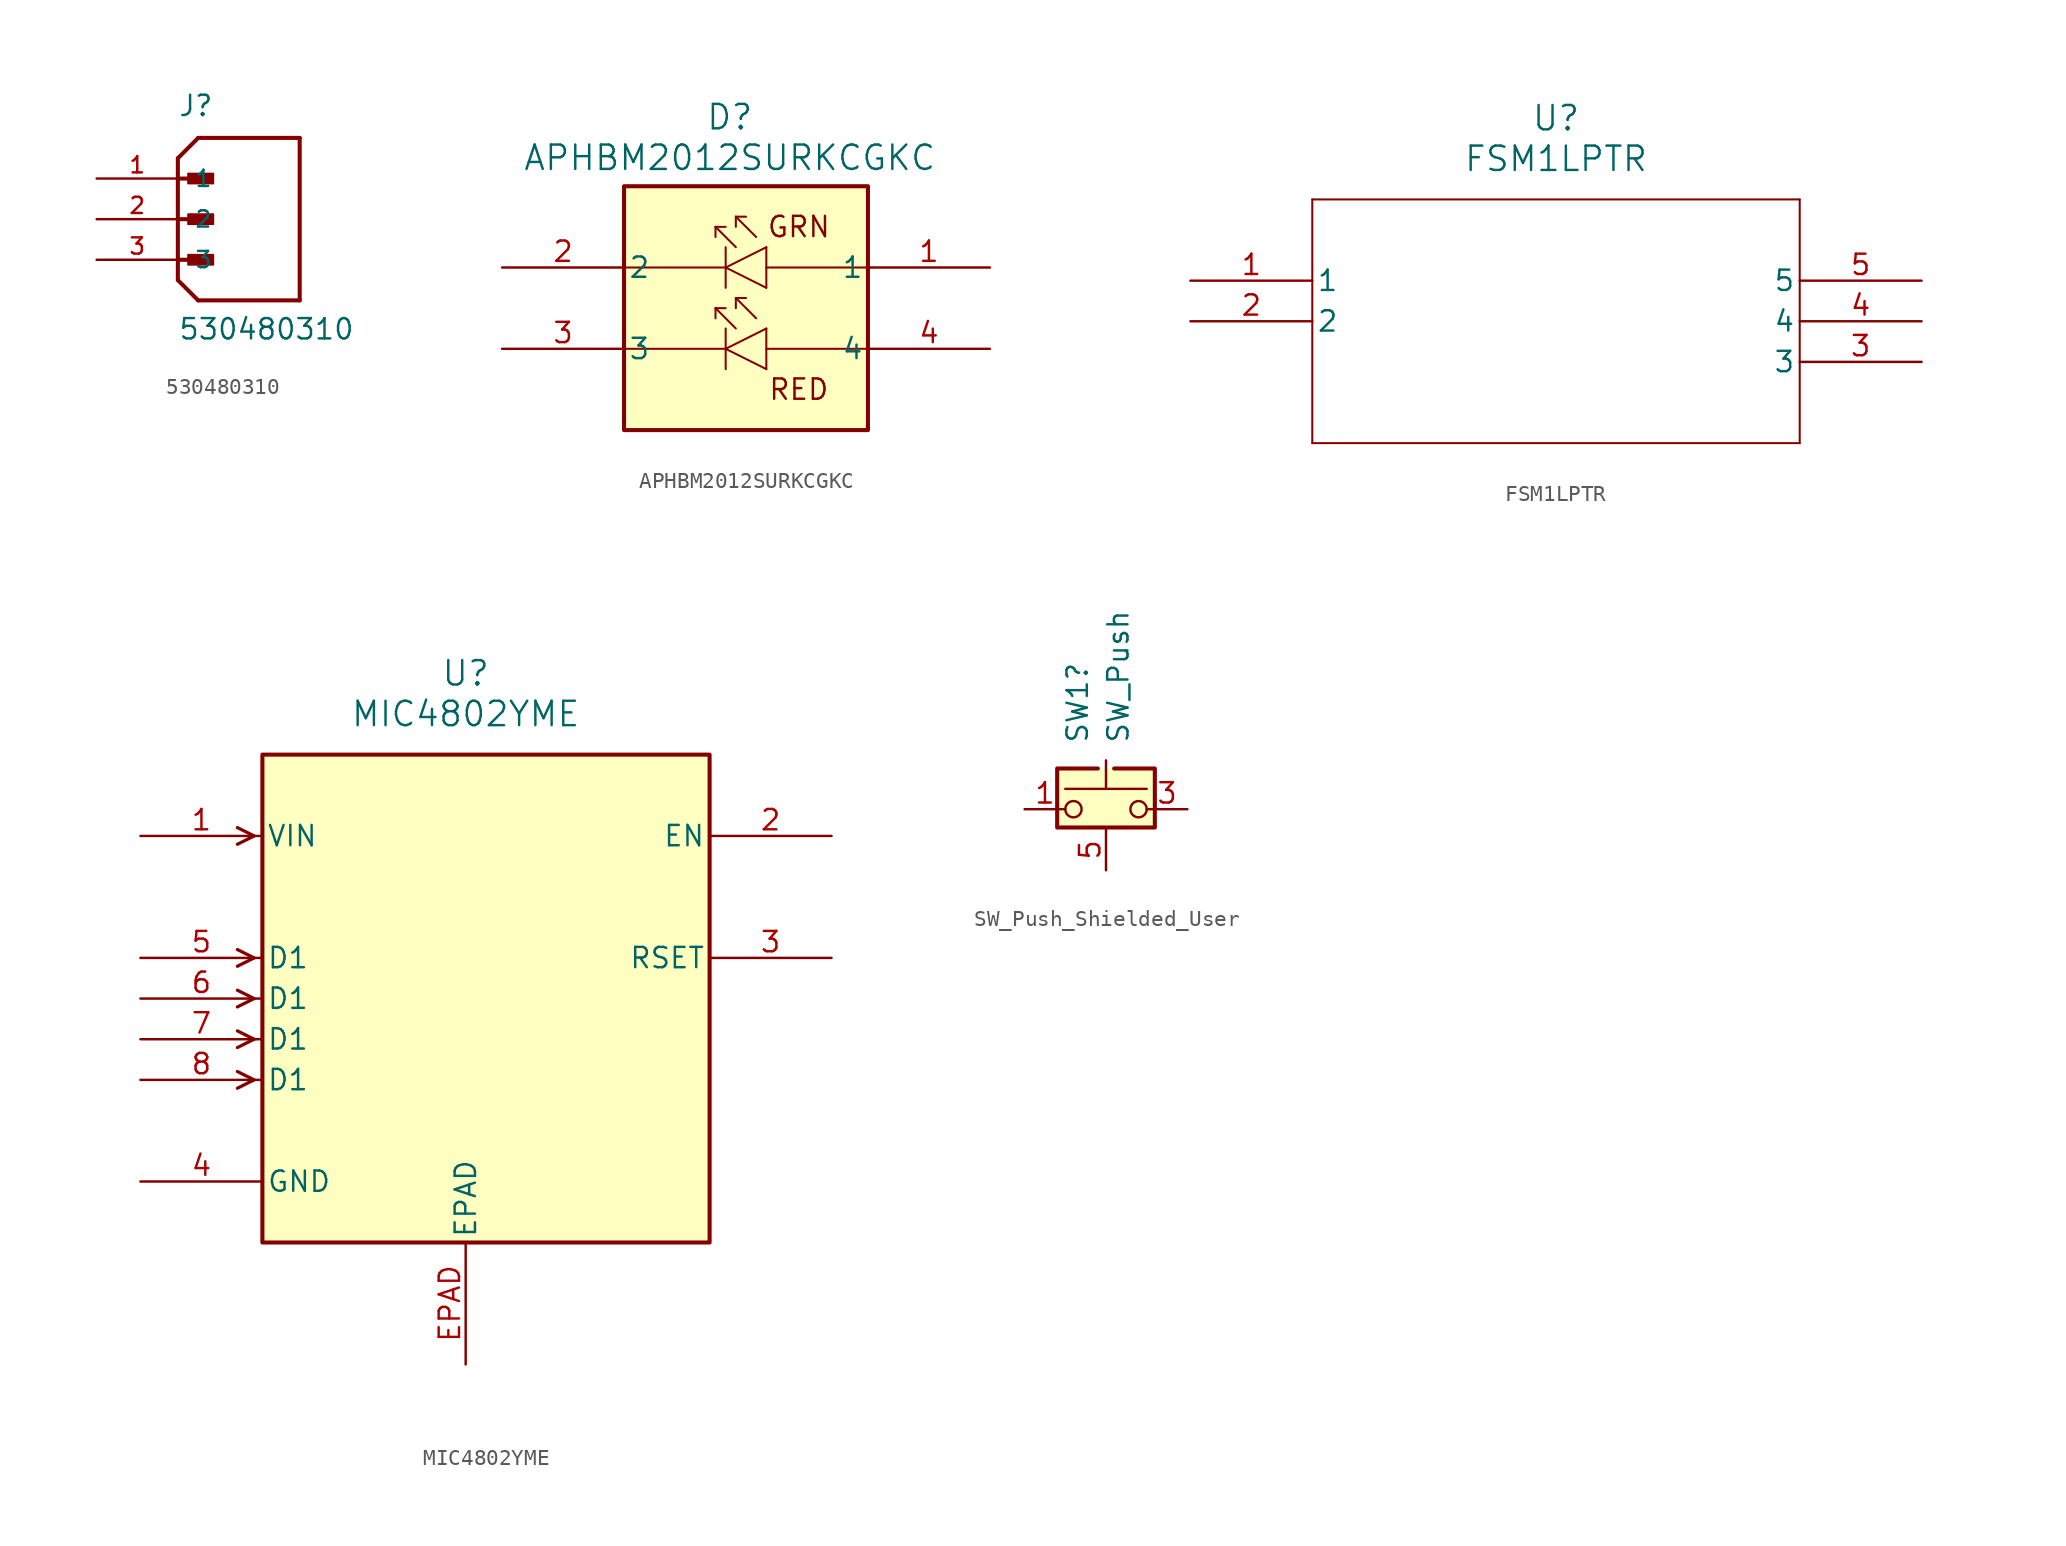
<source format=kicad_sym>
(kicad_symbol_lib
  (version 20241209)
  (generator "kicad_symbol_editor")
  (generator_version "9.0")
  (symbol "530480310"
    (pin_names
      (offset 1.016))
    (property "Reference" "J"
      (at 0 6.35 0)
      (effects (font (size 1.27 1.27)) (justify left bottom)))
    (property "Value" "530480310"
      (at 0 -7.62 0)
      (effects (font (size 1.27 1.27)) (justify left bottom)))
    (symbol "530480310_0_0"
      (polyline (pts (xy 0 3.81) (xy 0 -3.81)) (stroke (width 0.254) (type default)) (fill (type none)))
      (polyline (pts (xy 0 3.81) (xy 1.27 5.08)) (stroke (width 0.254) (type default)) (fill (type none)))
      (polyline (pts (xy 0 2.54) (xy 1.905 2.54)) (stroke (width 0.254) (type default)) (fill (type none)))
      (polyline (pts (xy 0 0) (xy 1.905 0)) (stroke (width 0.254) (type default)) (fill (type none)))
      (polyline (pts (xy 0 -2.54) (xy 1.905 -2.54)) (stroke (width 0.254) (type default)) (fill (type none)))
      (polyline (pts (xy 0 -3.81) (xy 1.27 -5.08)) (stroke (width 0.254) (type default)) (fill (type none)))
      (rectangle (start 0.635 2.223) (end 2.223 2.857) (stroke (width 0.1) (type default)) (fill (type outline)))
      (rectangle (start 0.635 -0.318) (end 2.223 0.318) (stroke (width 0.1) (type default)) (fill (type outline)))
      (rectangle (start 0.635 -2.857) (end 2.223 -2.223) (stroke (width 0.1) (type default)) (fill (type outline)))
      (polyline (pts (xy 1.27 -5.08) (xy 7.62 -5.08)) (stroke (width 0.254) (type default)) (fill (type none)))
      (polyline (pts (xy 7.62 5.08) (xy 1.27 5.08)) (stroke (width 0.254) (type default)) (fill (type none)))
      (polyline (pts (xy 7.62 -5.08) (xy 7.62 5.08)) (stroke (width 0.254) (type default)) (fill (type none)))
      (pin passive line (at -5.08 2.54 0) (length 5.08) (name "1" (effects (font (size 1.016 1.016)))) (number "1" (effects (font (size 1.016 1.016)))))
      (pin passive line (at -5.08 0 0) (length 5.08) (name "2" (effects (font (size 1.016 1.016)))) (number "2" (effects (font (size 1.016 1.016)))))
      (pin passive line (at -5.08 -2.54 0) (length 5.08) (name "3" (effects (font (size 1.016 1.016)))) (number "3" (effects (font (size 1.016 1.016)))))))
  (symbol "APHBM2012SURKCGKC"
    (pin_names
      (offset 0.254))
    (property "Reference" "D"
      (at -1.016 11.938 0)
      (effects (font (size 1.524 1.524))))
    (property "Value" "APHBM2012SURKCGKC"
      (at -1.016 9.398 0)
      (effects (font (size 1.524 1.524))))
    (symbol "APHBM2012SURKCGKC_0_1"
      (polyline (pts (xy -7.62 2.54) (xy -1.27 2.54)) (stroke (width 0.127) (type default)) (fill (type none)))
      (polyline (pts (xy -7.62 -2.54) (xy -1.27 -2.54)) (stroke (width 0.127) (type default)) (fill (type none)))
      (polyline (pts (xy -1.905 5.08) (xy -1.905 4.445)) (stroke (width 0.127) (type default)) (fill (type none)))
      (polyline (pts (xy -1.905 5.08) (xy -1.27 5.08)) (stroke (width 0.127) (type default)) (fill (type none)))
      (polyline (pts (xy -1.905 0) (xy -1.905 -0.635)) (stroke (width 0.127) (type default)) (fill (type none)))
      (polyline (pts (xy -1.905 0) (xy -1.27 0)) (stroke (width 0.127) (type default)) (fill (type none)))
      (polyline (pts (xy -1.27 2.54) (xy 1.27 1.27)) (stroke (width 0.127) (type default)) (fill (type none)))
      (polyline (pts (xy -1.27 1.27) (xy -1.27 3.81)) (stroke (width 0.127) (type default)) (fill (type none)))
      (polyline (pts (xy -1.27 -2.54) (xy 1.27 -3.81)) (stroke (width 0.127) (type default)) (fill (type none)))
      (polyline (pts (xy -1.27 -3.81) (xy -1.27 -1.27)) (stroke (width 0.127) (type default)) (fill (type none)))
      (polyline (pts (xy -0.635 5.715) (xy 0 5.715)) (stroke (width 0.127) (type default)) (fill (type none)))
      (polyline (pts (xy -0.635 5.08) (xy -0.635 5.715)) (stroke (width 0.127) (type default)) (fill (type none)))
      (polyline (pts (xy -0.635 3.81) (xy -1.905 5.08)) (stroke (width 0.127) (type default)) (fill (type none)))
      (polyline (pts (xy -0.635 0.635) (xy 0 0.635)) (stroke (width 0.127) (type default)) (fill (type none)))
      (polyline (pts (xy -0.635 0) (xy -0.635 0.635)) (stroke (width 0.127) (type default)) (fill (type none)))
      (polyline (pts (xy -0.635 -1.27) (xy -1.905 0)) (stroke (width 0.127) (type default)) (fill (type none)))
      (polyline (pts (xy 0.635 4.445) (xy -0.635 5.715)) (stroke (width 0.127) (type default)) (fill (type none)))
      (polyline (pts (xy 0.635 -0.635) (xy -0.635 0.635)) (stroke (width 0.127) (type default)) (fill (type none)))
      (polyline (pts (xy 1.27 3.81) (xy -1.27 2.54)) (stroke (width 0.127) (type default)) (fill (type none)))
      (polyline (pts (xy 1.27 3.81) (xy 1.27 1.27)) (stroke (width 0.127) (type default)) (fill (type none)))
      (polyline (pts (xy 1.27 2.54) (xy 7.62 2.54)) (stroke (width 0.127) (type default)) (fill (type none)))
      (polyline (pts (xy 1.27 -1.27) (xy -1.27 -2.54)) (stroke (width 0.127) (type default)) (fill (type none)))
      (polyline (pts (xy 1.27 -1.27) (xy 1.27 -3.81)) (stroke (width 0.127) (type default)) (fill (type none)))
      (polyline (pts (xy 1.27 -2.54) (xy 7.62 -2.54)) (stroke (width 0.127) (type default)) (fill (type none)))
      (pin unspecified line (at -15.24 2.54 0) (length 7.62) (name "2" (effects (font (size 1.27 1.27)))) (number "2" (effects (font (size 1.27 1.27)))))
      (pin unspecified line (at -15.24 -2.54 0) (length 7.62) (name "3" (effects (font (size 1.27 1.27)))) (number "3" (effects (font (size 1.27 1.27)))))
      (pin unspecified line (at 15.24 2.54 180) (length 7.62) (name "1" (effects (font (size 1.27 1.27)))) (number "1" (effects (font (size 1.27 1.27)))))
      (pin unspecified line (at 15.24 -2.54 180) (length 7.62) (name "4" (effects (font (size 1.27 1.27)))) (number "4" (effects (font (size 1.27 1.27))))))
    (symbol "APHBM2012SURKCGKC_1_1"
      (rectangle (start -7.62 7.62) (end 7.62 -7.62) (stroke (width 0.254) (type solid) (color 132 0 0 1)) (fill (type background)))
      (text "GRN" (at 3.302 5.08 0) (effects (font (size 1.27 1.27))))
      (text "RED" (at 3.302 -5.08 0) (effects (font (size 1.27 1.27))))))
  (symbol "FSM1LPTR"
    (pin_names
      (offset 0.254))
    (property "Reference" "U"
      (at 22.86 10.16 0)
      (effects (font (size 1.524 1.524))))
    (property "Value" "FSM1LPTR"
      (at 22.86 7.62 0)
      (effects (font (size 1.524 1.524))))
    (property "ki_locked" ""
      (at 0 0 0)
      (effects (font (size 1.27 1.27))))
    (symbol "FSM1LPTR_0_1"
      (polyline (pts (xy 7.62 5.08) (xy 7.62 -10.16)) (stroke (width 0.127) (type default)) (fill (type none)))
      (polyline (pts (xy 7.62 -10.16) (xy 38.1 -10.16)) (stroke (width 0.127) (type default)) (fill (type none)))
      (polyline (pts (xy 38.1 5.08) (xy 7.62 5.08)) (stroke (width 0.127) (type default)) (fill (type none)))
      (polyline (pts (xy 38.1 -10.16) (xy 38.1 5.08)) (stroke (width 0.127) (type default)) (fill (type none)))
      (pin unspecified line (at 0 0 0) (length 7.62) (name "1" (effects (font (size 1.27 1.27)))) (number "1" (effects (font (size 1.27 1.27)))))
      (pin unspecified line (at 0 -2.54 0) (length 7.62) (name "2" (effects (font (size 1.27 1.27)))) (number "2" (effects (font (size 1.27 1.27)))))
      (pin unspecified line (at 45.72 0 180) (length 7.62) (name "5" (effects (font (size 1.27 1.27)))) (number "5" (effects (font (size 1.27 1.27)))))
      (pin unspecified line (at 45.72 -2.54 180) (length 7.62) (name "4" (effects (font (size 1.27 1.27)))) (number "4" (effects (font (size 1.27 1.27)))))
      (pin unspecified line (at 45.72 -5.08 180) (length 7.62) (name "3" (effects (font (size 1.27 1.27)))) (number "3" (effects (font (size 1.27 1.27)))))))
  (symbol "MIC4802YME"
    (pin_names
      (offset 0.254))
    (property "Reference" "U"
      (at -1.27 17.78 0)
      (effects (font (size 1.524 1.524))))
    (property "Value" "MIC4802YME"
      (at -1.27 15.24 0)
      (effects (font (size 1.524 1.524))))
    (property "ki_locked" ""
      (at 0 0 0)
      (effects (font (size 1.27 1.27))))
    (symbol "MIC4802YME_0_1"
      (polyline (pts (xy -14.491 7.62) (xy -15.532 8.141)) (stroke (width 0.203) (type default)) (fill (type none)))
      (polyline (pts (xy -14.491 7.62) (xy -15.532 7.099)) (stroke (width 0.203) (type default)) (fill (type none)))
      (polyline (pts (xy -14.491 0) (xy -15.532 0.521)) (stroke (width 0.203) (type default)) (fill (type none)))
      (polyline (pts (xy -14.491 0) (xy -15.532 -0.521)) (stroke (width 0.203) (type default)) (fill (type none)))
      (polyline (pts (xy -14.491 -2.54) (xy -15.532 -2.019)) (stroke (width 0.203) (type default)) (fill (type none)))
      (polyline (pts (xy -14.491 -2.54) (xy -15.532 -3.061)) (stroke (width 0.203) (type default)) (fill (type none)))
      (polyline (pts (xy -14.491 -5.08) (xy -15.532 -4.559)) (stroke (width 0.203) (type default)) (fill (type none)))
      (polyline (pts (xy -14.491 -5.08) (xy -15.532 -5.601)) (stroke (width 0.203) (type default)) (fill (type none)))
      (polyline (pts (xy -14.491 -7.62) (xy -15.532 -7.099)) (stroke (width 0.203) (type default)) (fill (type none)))
      (polyline (pts (xy -14.491 -7.62) (xy -15.532 -8.141)) (stroke (width 0.203) (type default)) (fill (type none)))
      (pin input line (at -21.59 7.62 0) (length 7.62) (name "VIN" (effects (font (size 1.27 1.27)))) (number "1" (effects (font (size 1.27 1.27)))))
      (pin input line (at -21.59 0 0) (length 7.62) (name "D1" (effects (font (size 1.27 1.27)))) (number "5" (effects (font (size 1.27 1.27)))))
      (pin input line (at -21.59 -2.54 0) (length 7.62) (name "D1" (effects (font (size 1.27 1.27)))) (number "6" (effects (font (size 1.27 1.27)))))
      (pin input line (at -21.59 -5.08 0) (length 7.62) (name "D1" (effects (font (size 1.27 1.27)))) (number "7" (effects (font (size 1.27 1.27)))))
      (pin input line (at -21.59 -7.62 0) (length 7.62) (name "D1" (effects (font (size 1.27 1.27)))) (number "8" (effects (font (size 1.27 1.27)))))
      (pin power_in line (at -21.59 -13.97 0) (length 7.62) (name "GND" (effects (font (size 1.27 1.27)))) (number "4" (effects (font (size 1.27 1.27)))))
      (pin unspecified line (at -1.27 -25.4 90) (length 7.62) (name "EPAD" (effects (font (size 1.27 1.27)))) (number "EPAD" (effects (font (size 1.27 1.27)))))
      (pin unspecified line (at 21.59 7.62 180) (length 7.62) (name "EN" (effects (font (size 1.27 1.27)))) (number "2" (effects (font (size 1.27 1.27)))))
      (pin unspecified line (at 21.59 0 180) (length 7.62) (name "RSET" (effects (font (size 1.27 1.27)))) (number "3" (effects (font (size 1.27 1.27))))))
    (symbol "MIC4802YME_1_1"
      (rectangle (start -13.97 12.7) (end 13.97 -17.78) (stroke (width 0.254) (type solid) (color 132 0 0 1)) (fill (type background)))))
  (symbol "SW_Push_Shielded_User"
    (pin_names
      (offset 1.016)
      (hide yes))
    (property "Reference" "SW1"
      (at -1.778 4.064 90)
      (effects (font (size 1.27 1.27)) (justify left)))
    (property "Value" "SW_Push"
      (at 0.762 4.064 90)
      (effects (font (size 1.27 1.27)) (justify left)))
    (symbol "SW_Push_Shielded_User_0_1"
      (circle (center -2.032 0) (radius 0.508) (stroke (width 0) (type default)) (fill (type none)))
      (polyline (pts (xy 0 1.27) (xy 0 3.048)) (stroke (width 0) (type default)) (fill (type none)))
      (polyline (pts (xy 0.508 2.54) (xy 3.048 2.54) (xy 3.048 -1.143) (xy -3.048 -1.143) (xy -3.048 2.54) (xy -0.508 2.54)) (stroke (width -0.025) (type default)) (fill (type none)))
      (polyline (pts (xy 0.508 2.54) (xy 3.048 2.54) (xy 3.048 -1.143) (xy -3.048 -1.143) (xy -3.048 2.54) (xy -0.508 2.54)) (stroke (width 0.254) (type default)) (fill (type none)))
      (circle (center 2.032 0) (radius 0.508) (stroke (width 0) (type default)) (fill (type none)))
      (polyline (pts (xy 2.54 1.27) (xy -2.54 1.27)) (stroke (width 0) (type default)) (fill (type none))))
    (symbol "SW_Push_Shielded_User_1_1"
      (rectangle (start -3.048 2.54) (end 3.048 -1.27) (stroke (width -0.025) (type default)) (fill (type background)))
      (pin passive line (at -5.08 0 0) (length 2.54) (name "1" (effects (font (size 1.27 1.27)))) (number "1" (effects (font (size 1.27 1.27)))))
      (pin passive line (at -5.08 0 0) (length 2.54) (hide yes) (name "2" (effects (font (size 1.27 1.27)))) (number "2" (effects (font (size 1.27 1.27)))))
      (pin passive line (at 0 -3.81 90) (length 2.54) (name "SHD" (effects (font (size 1.27 1.27)))) (number "5" (effects (font (size 1.27 1.27)))))
      (pin passive line (at 5.08 0 180) (length 2.54) (name "3" (effects (font (size 1.27 1.27)))) (number "3" (effects (font (size 1.27 1.27)))))
      (pin passive line (at 5.08 0 180) (length 2.54) (hide yes) (name "4" (effects (font (size 1.27 1.27)))) (number "4" (effects (font (size 1.27 1.27))))))))
</source>
